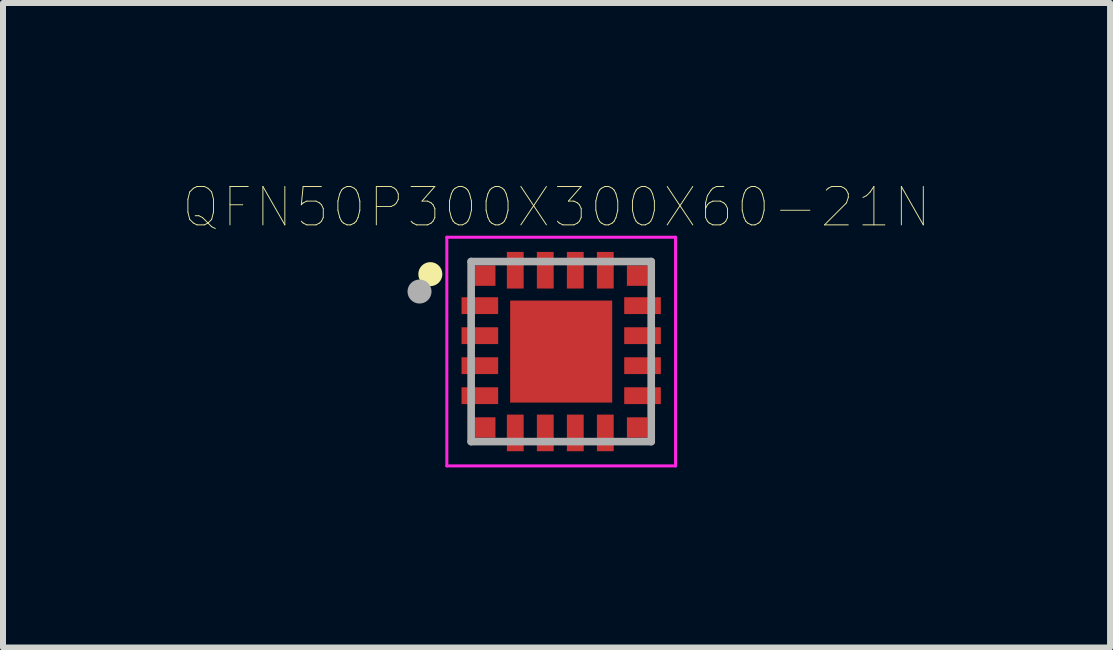
<source format=kicad_pcb>
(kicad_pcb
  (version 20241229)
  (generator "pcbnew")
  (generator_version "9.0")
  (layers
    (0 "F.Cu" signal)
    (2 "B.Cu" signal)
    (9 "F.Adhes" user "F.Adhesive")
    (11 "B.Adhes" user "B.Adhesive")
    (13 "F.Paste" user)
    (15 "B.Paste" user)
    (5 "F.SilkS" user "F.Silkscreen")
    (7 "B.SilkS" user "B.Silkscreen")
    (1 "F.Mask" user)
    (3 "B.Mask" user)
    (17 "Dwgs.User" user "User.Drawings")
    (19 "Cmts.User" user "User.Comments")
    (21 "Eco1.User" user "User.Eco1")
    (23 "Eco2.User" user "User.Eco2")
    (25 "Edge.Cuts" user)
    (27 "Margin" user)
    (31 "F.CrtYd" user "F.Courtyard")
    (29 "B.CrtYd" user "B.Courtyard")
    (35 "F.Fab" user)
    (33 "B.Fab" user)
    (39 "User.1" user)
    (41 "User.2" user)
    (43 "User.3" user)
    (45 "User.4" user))
  (footprint "QFN50P300X300X60-21N"
    (layer "F.Cu")
    (at 6.299 2.807)
    (property "Reference" "QFN50P300X300X60-21N" (at -0.078 -2.406 0) (layer "F.SilkS") (effects (font (size 0.64 0.64) (thickness 0.015))))
    (attr through_hole)
    (fp_circle (center -2.18 -1.29) (end -2.08 -1.29) (stroke (width 0.2) (type solid)) (fill no) (layer "F.SilkS"))
    (fp_poly (pts (xy -0.54 -0.54) (xy 0.54 -0.54) (xy 0.54 0.54) (xy -0.54 0.54)) (stroke (width 0.01) (type solid)) (fill yes) (layer "F.Paste"))
    (fp_line (start -1.905 -1.905) (end 1.905 -1.905) (stroke (width 0.05) (type solid)) (layer "F.CrtYd"))
    (fp_line (start -1.905 1.905) (end -1.905 -1.905) (stroke (width 0.05) (type solid)) (layer "F.CrtYd"))
    (fp_line (start -1.905 1.905) (end 1.905 1.905) (stroke (width 0.05) (type solid)) (layer "F.CrtYd"))
    (fp_line (start 1.905 1.905) (end 1.905 -1.905) (stroke (width 0.05) (type solid)) (layer "F.CrtYd"))
    (fp_line (start -1.5 1.5) (end -1.5 -1.5) (stroke (width 0.127) (type solid)) (layer "F.Fab"))
    (fp_line (start 1.5 -1.5) (end -1.5 -1.5) (stroke (width 0.127) (type solid)) (layer "F.Fab"))
    (fp_line (start 1.5 1.5) (end -1.5 1.5) (stroke (width 0.127) (type solid)) (layer "F.Fab"))
    (fp_line (start 1.5 1.5) (end 1.5 -1.5) (stroke (width 0.127) (type solid)) (layer "F.Fab"))
    (fp_circle (center -2.36 -1) (end -2.26 -1) (stroke (width 0.2) (type solid)) (fill no) (layer "F.Fab"))
    (pad "1" smd rect (at -1.265 -1.265) (size 0.34 0.34) (layers "F.Cu" "F.Mask" "F.Paste"))
    (pad "2" smd rect (at -1.355 -0.765) (size 0.61 0.28) (layers "F.Cu" "F.Mask" "F.Paste"))
    (pad "3" smd rect (at -1.355 -0.265) (size 0.61 0.28) (layers "F.Cu" "F.Mask" "F.Paste"))
    (pad "4" smd rect (at -1.355 0.235) (size 0.61 0.28) (layers "F.Cu" "F.Mask" "F.Paste"))
    (pad "5" smd rect (at -1.355 0.735) (size 0.61 0.28) (layers "F.Cu" "F.Mask" "F.Paste"))
    (pad "6" smd rect (at -1.265 1.265) (size 0.34 0.34) (layers "F.Cu" "F.Mask" "F.Paste"))
    (pad "7" smd rect (at -0.765 1.355) (size 0.28 0.61) (layers "F.Cu" "F.Mask" "F.Paste"))
    (pad "8" smd rect (at -0.265 1.355) (size 0.28 0.61) (layers "F.Cu" "F.Mask" "F.Paste"))
    (pad "9" smd rect (at 0.235 1.355) (size 0.28 0.61) (layers "F.Cu" "F.Mask" "F.Paste"))
    (pad "10" smd rect (at 0.735 1.355) (size 0.28 0.61) (layers "F.Cu" "F.Mask" "F.Paste"))
    (pad "11" smd rect (at 1.265 1.265) (size 0.34 0.34) (layers "F.Cu" "F.Mask" "F.Paste"))
    (pad "12" smd rect (at 1.355 0.735) (size 0.61 0.28) (layers "F.Cu" "F.Mask" "F.Paste"))
    (pad "13" smd rect (at 1.355 0.235) (size 0.61 0.28) (layers "F.Cu" "F.Mask" "F.Paste"))
    (pad "14" smd rect (at 1.355 -0.265) (size 0.61 0.28) (layers "F.Cu" "F.Mask" "F.Paste"))
    (pad "15" smd rect (at 1.355 -0.765) (size 0.61 0.28) (layers "F.Cu" "F.Mask" "F.Paste"))
    (pad "16" smd rect (at 1.265 -1.265) (size 0.34 0.34) (layers "F.Cu" "F.Mask" "F.Paste"))
    (pad "17" smd rect (at 0.735 -1.355) (size 0.28 0.61) (layers "F.Cu" "F.Mask" "F.Paste"))
    (pad "18" smd rect (at 0.235 -1.355) (size 0.28 0.61) (layers "F.Cu" "F.Mask" "F.Paste"))
    (pad "19" smd rect (at -0.265 -1.355) (size 0.28 0.61) (layers "F.Cu" "F.Mask" "F.Paste"))
    (pad "20" smd rect (at -0.765 -1.355) (size 0.28 0.61) (layers "F.Cu" "F.Mask" "F.Paste"))
    (pad "21" smd rect (at 0 0) (size 1.7 1.7) (layers "F.Cu" "F.Mask")))
  (gr_rect
    (start -3 -3)
    (end 15.443 7.737)
    (stroke (width 0.1) (type default))
    (fill no)
    (layer "Edge.Cuts")))
</source>
